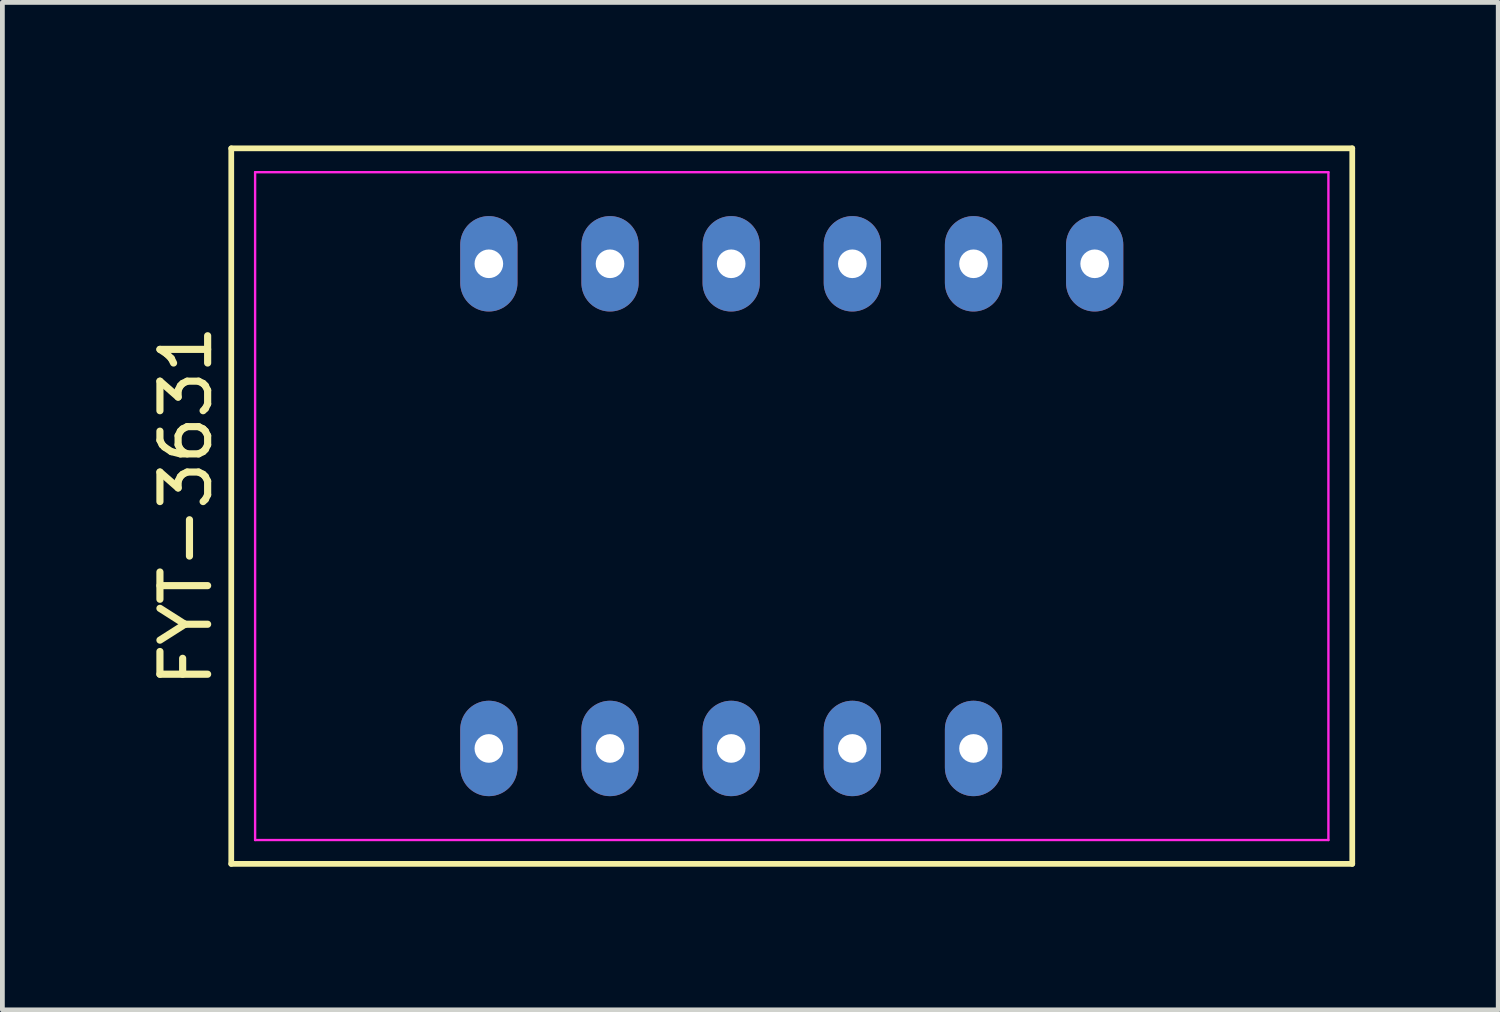
<source format=kicad_pcb>
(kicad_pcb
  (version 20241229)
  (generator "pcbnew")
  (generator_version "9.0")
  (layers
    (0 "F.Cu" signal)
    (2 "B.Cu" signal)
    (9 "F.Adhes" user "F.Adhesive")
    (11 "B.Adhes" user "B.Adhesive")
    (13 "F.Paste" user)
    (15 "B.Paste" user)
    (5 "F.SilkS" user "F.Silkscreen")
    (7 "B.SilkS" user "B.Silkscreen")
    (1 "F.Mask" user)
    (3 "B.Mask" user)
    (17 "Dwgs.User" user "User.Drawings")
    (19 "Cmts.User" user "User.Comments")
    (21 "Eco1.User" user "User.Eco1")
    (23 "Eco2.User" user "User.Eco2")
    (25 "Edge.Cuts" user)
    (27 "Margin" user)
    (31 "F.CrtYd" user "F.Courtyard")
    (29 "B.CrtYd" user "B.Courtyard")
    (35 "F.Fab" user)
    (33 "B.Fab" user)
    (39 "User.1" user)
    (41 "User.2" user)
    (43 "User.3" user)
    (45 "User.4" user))
  (footprint "FYT-3631"
    (layer "F.Cu")
    (at 13.548 7.56)
    (property "Reference" "FYT-3631" (at -12.7 0 90) (layer "F.SilkS") (effects (font (size 1 1) (thickness 0.15))))
    (attr through_hole)
    (fp_line (start -11.75 7.5) (end -11.75 -7.5) (stroke (width 0.12) (type solid)) (layer "F.SilkS"))
    (fp_line (start -11.75 7.5) (end 11.75 7.5) (stroke (width 0.12) (type solid)) (layer "F.SilkS"))
    (fp_line (start 11.75 -7.5) (end -11.75 -7.5) (stroke (width 0.12) (type solid)) (layer "F.SilkS"))
    (fp_line (start 11.75 -7.5) (end 11.75 7.5) (stroke (width 0.12) (type solid)) (layer "F.SilkS"))
    (fp_line (start -11.25 -7) (end 11.25 -7) (stroke (width 0.05) (type solid)) (layer "F.CrtYd"))
    (fp_line (start -11.25 7) (end -11.25 -7) (stroke (width 0.05) (type solid)) (layer "F.CrtYd"))
    (fp_line (start 11.25 -7) (end 11.25 7) (stroke (width 0.05) (type solid)) (layer "F.CrtYd"))
    (fp_line (start 11.25 7) (end -11.25 7) (stroke (width 0.05) (type solid)) (layer "F.CrtYd"))
    (pad "1" thru_hole oval (at -6.35 5.08) (size 1.2 2) (drill 0.6) (layers "*.Cu" "*.Mask"))
    (pad "2" thru_hole oval (at -3.81 5.08) (size 1.2 2) (drill 0.6) (layers "*.Cu" "*.Mask"))
    (pad "3" thru_hole oval (at -1.27 5.08) (size 1.2 2) (drill 0.6) (layers "*.Cu" "*.Mask"))
    (pad "4" thru_hole oval (at 1.27 5.08) (size 1.2 2) (drill 0.6) (layers "*.Cu" "*.Mask"))
    (pad "5" thru_hole oval (at 3.81 5.08) (size 1.2 2) (drill 0.6) (layers "*.Cu" "*.Mask"))
    (pad "7" thru_hole oval (at 6.35 -5.08) (size 1.2 2) (drill 0.6) (layers "*.Cu" "*.Mask"))
    (pad "8" thru_hole oval (at 3.81 -5.08) (size 1.2 2) (drill 0.6) (layers "*.Cu" "*.Mask"))
    (pad "9" thru_hole oval (at 1.27 -5.08) (size 1.2 2) (drill 0.6) (layers "*.Cu" "*.Mask"))
    (pad "10" thru_hole oval (at -1.27 -5.08) (size 1.2 2) (drill 0.6) (layers "*.Cu" "*.Mask"))
    (pad "11" thru_hole oval (at -3.81 -5.08) (size 1.2 2) (drill 0.6) (layers "*.Cu" "*.Mask"))
    (pad "12" thru_hole oval (at -6.35 -5.08) (size 1.2 2) (drill 0.6) (layers "*.Cu" "*.Mask")))
  (gr_rect
    (start -3 -3)
    (end 28.358 18.12)
    (stroke (width 0.1) (type default))
    (fill no)
    (layer "Edge.Cuts")))
</source>
